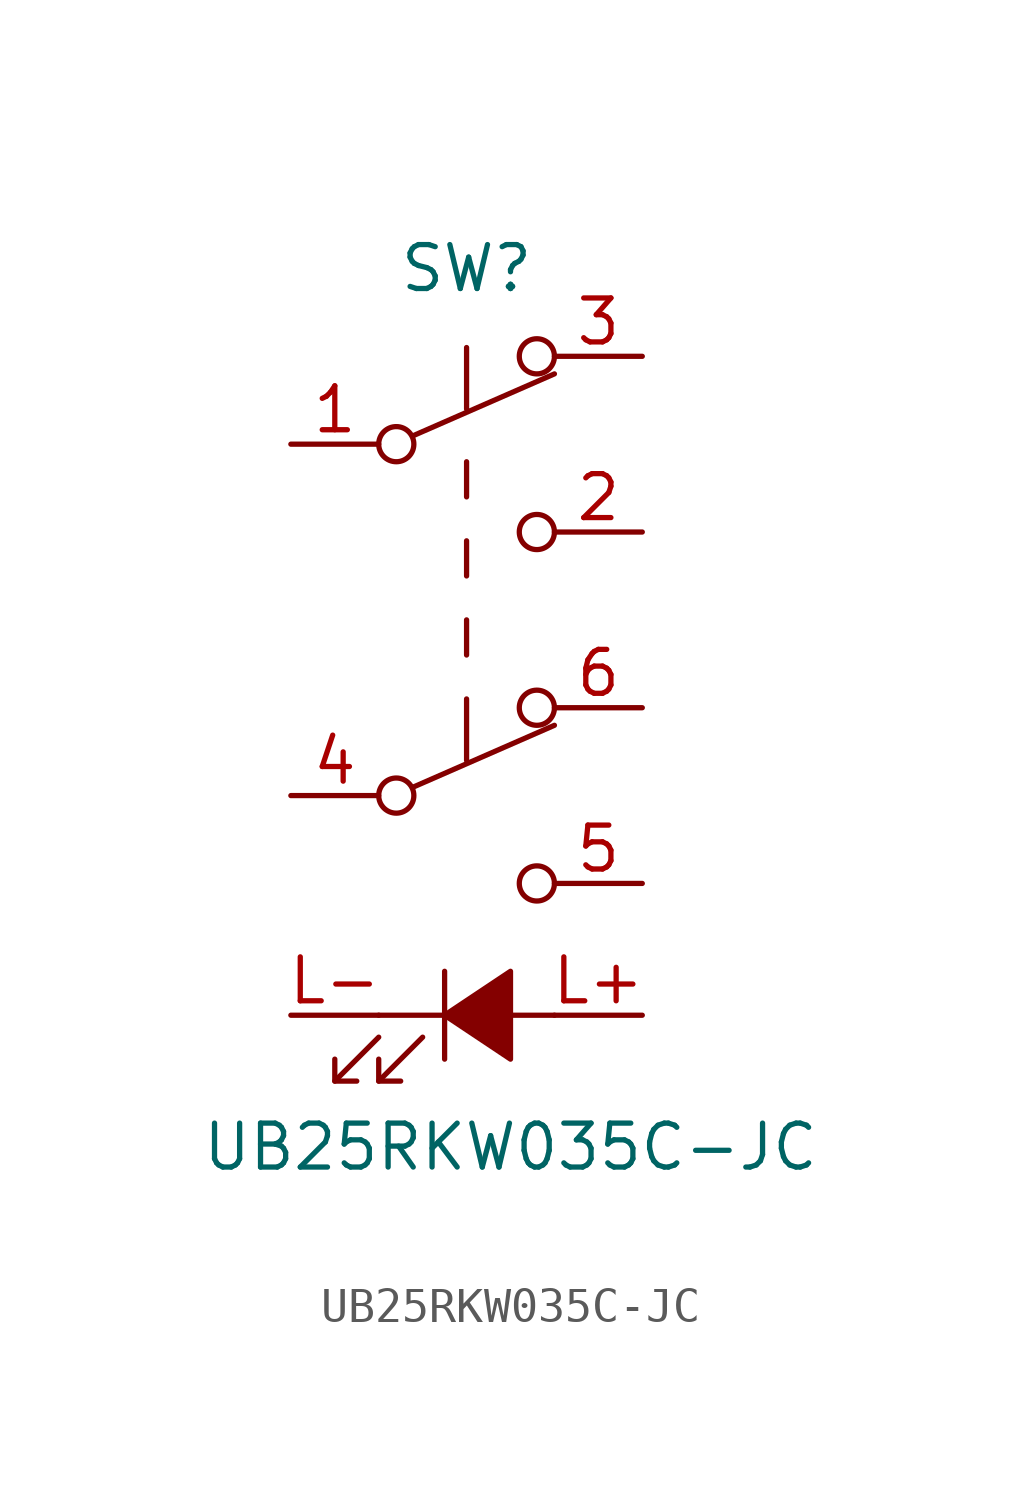
<source format=kicad_sym>
(kicad_symbol_lib
  (version 20220914)
  (generator kicad_symbol_editor)
  (symbol "UB25RKW035C-JC"
    (pin_names hide)
    (property "Reference" "SW"
      (at 0 10.16 0)
      (effects (font (size 1.27 1.27))))
    (property "Value" "UB25RKW035C-JC"
      (at 1.27 -15.24 0)
      (effects (font (size 1.27 1.27))))
    (symbol "UB25RKW035C-JC_0_0"
      (circle (center -2.032 -5.08) (radius 0.508) (stroke (width 0) (type default)) (fill (type none)))
      (circle (center -2.032 5.08) (radius 0.508) (stroke (width 0) (type default)) (fill (type none)))
      (polyline (pts (xy -3.81 -13.335) (xy -2.54 -12.065)) (stroke (width 0) (type default)) (fill (type none)))
      (polyline (pts (xy -2.54 -13.335) (xy -1.27 -12.065)) (stroke (width 0) (type default)) (fill (type none)))
      (polyline (pts (xy -2.54 -11.43) (xy 2.54 -11.43)) (stroke (width 0) (type default)) (fill (type none)))
      (polyline (pts (xy -0.635 -10.16) (xy -0.635 -12.7)) (stroke (width 0) (type default)) (fill (type none)))
      (polyline (pts (xy -3.81 -12.7) (xy -3.81 -13.335) (xy -3.175 -13.335)) (stroke (width 0) (type default)) (fill (type none)))
      (polyline (pts (xy -2.54 -12.7) (xy -2.54 -13.335) (xy -1.905 -13.335)) (stroke (width 0) (type default)) (fill (type none)))
      (polyline (pts (xy -0.635 -11.43) (xy 1.27 -10.16) (xy 1.27 -12.7) (xy -0.635 -11.43)) (stroke (width 0) (type default)) (fill (type outline)))
      (circle (center 2.032 -7.62) (radius 0.508) (stroke (width 0) (type default)) (fill (type none)))
      (circle (center 2.032 2.54) (radius 0.508) (stroke (width 0) (type default)) (fill (type none))))
    (symbol "UB25RKW035C-JC_0_1"
      (polyline (pts (xy -1.524 -4.826) (xy 2.54 -3.048)) (stroke (width 0) (type default)) (fill (type none)))
      (polyline (pts (xy -1.524 5.334) (xy 2.54 7.112)) (stroke (width 0) (type default)) (fill (type none)))
      (polyline (pts (xy 0 -2.286) (xy 0 -4.064)) (stroke (width 0) (type default)) (fill (type none)))
      (polyline (pts (xy 0 -1.016) (xy 0 0)) (stroke (width 0) (type default)) (fill (type none)))
      (polyline (pts (xy 0 1.27) (xy 0 2.286)) (stroke (width 0) (type default)) (fill (type none)))
      (polyline (pts (xy 0 3.556) (xy 0 4.572)) (stroke (width 0) (type default)) (fill (type none)))
      (polyline (pts (xy 0 7.874) (xy 0 6.096)) (stroke (width 0) (type default)) (fill (type none)))
      (circle (center 2.032 -2.54) (radius 0.508) (stroke (width 0) (type default)) (fill (type none)))
      (circle (center 2.032 7.62) (radius 0.508) (stroke (width 0) (type default)) (fill (type none))))
    (symbol "UB25RKW035C-JC_1_1"
      (pin passive line (at -5.08 5.08 0) (length 2.54) (name "B" (effects (font (size 1.27 1.27)))) (number "1" (effects (font (size 1.27 1.27)))))
      (pin passive line (at 5.08 2.54 180) (length 2.54) (name "C" (effects (font (size 1.27 1.27)))) (number "2" (effects (font (size 1.27 1.27)))))
      (pin passive line (at 5.08 7.62 180) (length 2.54) (name "A" (effects (font (size 1.27 1.27)))) (number "3" (effects (font (size 1.27 1.27)))))
      (pin passive line (at -5.08 -5.08 0) (length 2.54) (name "B" (effects (font (size 1.27 1.27)))) (number "4" (effects (font (size 1.27 1.27)))))
      (pin passive line (at 5.08 -7.62 180) (length 2.54) (name "C" (effects (font (size 1.27 1.27)))) (number "5" (effects (font (size 1.27 1.27)))))
      (pin passive line (at 5.08 -2.54 180) (length 2.54) (name "A" (effects (font (size 1.27 1.27)))) (number "6" (effects (font (size 1.27 1.27)))))
      (pin passive line (at 5.08 -11.43 180) (length 2.54) (name "A" (effects (font (size 1.27 1.27)))) (number "L+" (effects (font (size 1.27 1.27)))))
      (pin passive line (at -5.08 -11.43 0) (length 2.54) (name "K" (effects (font (size 1.27 1.27)))) (number "L-" (effects (font (size 1.27 1.27))))))))
</source>
